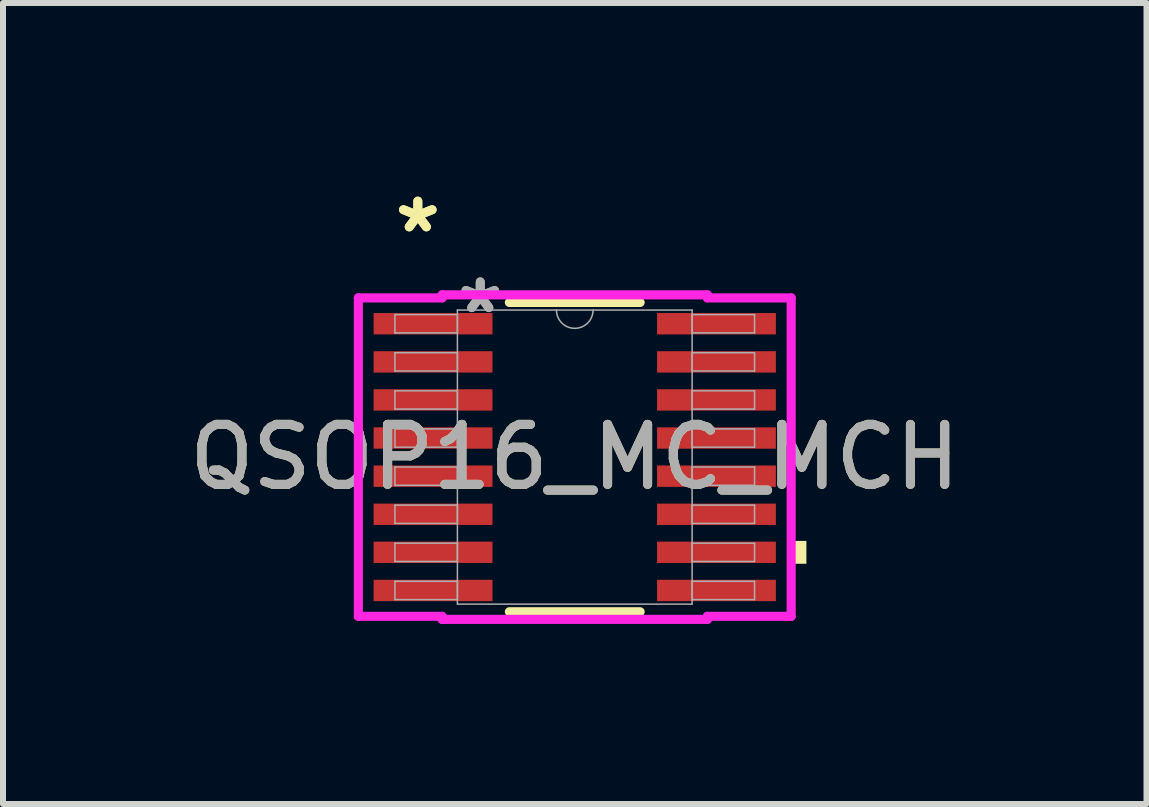
<source format=kicad_pcb>
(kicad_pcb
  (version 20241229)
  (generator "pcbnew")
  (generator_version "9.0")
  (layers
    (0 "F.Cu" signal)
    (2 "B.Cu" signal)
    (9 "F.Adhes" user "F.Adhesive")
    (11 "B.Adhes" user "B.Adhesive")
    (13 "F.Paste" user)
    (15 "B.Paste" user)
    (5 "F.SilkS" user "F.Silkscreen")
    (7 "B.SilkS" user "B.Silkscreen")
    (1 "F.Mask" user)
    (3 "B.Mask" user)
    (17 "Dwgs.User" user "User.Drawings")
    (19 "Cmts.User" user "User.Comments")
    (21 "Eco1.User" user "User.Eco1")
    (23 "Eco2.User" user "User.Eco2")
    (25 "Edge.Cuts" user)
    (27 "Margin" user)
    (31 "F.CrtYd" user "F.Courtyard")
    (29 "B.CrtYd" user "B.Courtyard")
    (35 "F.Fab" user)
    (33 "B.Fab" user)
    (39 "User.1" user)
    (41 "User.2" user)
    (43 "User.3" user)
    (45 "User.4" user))
  (footprint "QSOP16_MC_MCH"
    (layer "F.Cu")
    (at 6.53 4.569)
    (property "Reference" "QSOP16_MC_MCH" (at 0 0 0) (unlocked yes) (layer "F.SilkS") (effects (font (size 1 1) (thickness 0.15))))
    (attr smd)
    (fp_line (start -1.09 2.578) (end 1.09 2.578) (stroke (width 0.152) (type solid)) (layer "F.SilkS"))
    (fp_line (start 1.09 -2.578) (end -1.09 -2.578) (stroke (width 0.152) (type solid)) (layer "F.SilkS"))
    (fp_poly (pts (xy 3.861 1.397) (xy 3.861 1.778) (xy 3.607 1.778) (xy 3.607 1.397)) (stroke (width 0) (type solid)) (fill yes) (layer "F.SilkS"))
    (fp_line (start -3.607 -2.654) (end -2.21 -2.654) (stroke (width 0.152) (type solid)) (layer "F.CrtYd"))
    (fp_line (start -3.607 2.654) (end -3.607 -2.654) (stroke (width 0.152) (type solid)) (layer "F.CrtYd"))
    (fp_line (start -3.607 2.654) (end -2.21 2.654) (stroke (width 0.152) (type solid)) (layer "F.CrtYd"))
    (fp_line (start -2.21 -2.705) (end 2.21 -2.705) (stroke (width 0.152) (type solid)) (layer "F.CrtYd"))
    (fp_line (start -2.21 -2.654) (end -2.21 -2.705) (stroke (width 0.152) (type solid)) (layer "F.CrtYd"))
    (fp_line (start -2.21 2.705) (end -2.21 2.654) (stroke (width 0.152) (type solid)) (layer "F.CrtYd"))
    (fp_line (start 2.21 -2.705) (end 2.21 -2.654) (stroke (width 0.152) (type solid)) (layer "F.CrtYd"))
    (fp_line (start 2.21 2.654) (end 2.21 2.705) (stroke (width 0.152) (type solid)) (layer "F.CrtYd"))
    (fp_line (start 2.21 2.705) (end -2.21 2.705) (stroke (width 0.152) (type solid)) (layer "F.CrtYd"))
    (fp_line (start 3.607 -2.654) (end 2.21 -2.654) (stroke (width 0.152) (type solid)) (layer "F.CrtYd"))
    (fp_line (start 3.607 -2.654) (end 3.607 2.654) (stroke (width 0.152) (type solid)) (layer "F.CrtYd"))
    (fp_line (start 3.607 2.654) (end 2.21 2.654) (stroke (width 0.152) (type solid)) (layer "F.CrtYd"))
    (fp_line (start -2.997 -2.375) (end -2.997 -2.07) (stroke (width 0.025) (type solid)) (layer "F.Fab"))
    (fp_line (start -2.997 -2.07) (end -1.956 -2.07) (stroke (width 0.025) (type solid)) (layer "F.Fab"))
    (fp_line (start -2.997 -1.74) (end -2.997 -1.435) (stroke (width 0.025) (type solid)) (layer "F.Fab"))
    (fp_line (start -2.997 -1.435) (end -1.956 -1.435) (stroke (width 0.025) (type solid)) (layer "F.Fab"))
    (fp_line (start -2.997 -1.105) (end -2.997 -0.8) (stroke (width 0.025) (type solid)) (layer "F.Fab"))
    (fp_line (start -2.997 -0.8) (end -1.956 -0.8) (stroke (width 0.025) (type solid)) (layer "F.Fab"))
    (fp_line (start -2.997 -0.47) (end -2.997 -0.165) (stroke (width 0.025) (type solid)) (layer "F.Fab"))
    (fp_line (start -2.997 -0.165) (end -1.956 -0.165) (stroke (width 0.025) (type solid)) (layer "F.Fab"))
    (fp_line (start -2.997 0.165) (end -2.997 0.47) (stroke (width 0.025) (type solid)) (layer "F.Fab"))
    (fp_line (start -2.997 0.47) (end -1.956 0.47) (stroke (width 0.025) (type solid)) (layer "F.Fab"))
    (fp_line (start -2.997 0.8) (end -2.997 1.105) (stroke (width 0.025) (type solid)) (layer "F.Fab"))
    (fp_line (start -2.997 1.105) (end -1.956 1.105) (stroke (width 0.025) (type solid)) (layer "F.Fab"))
    (fp_line (start -2.997 1.435) (end -2.997 1.74) (stroke (width 0.025) (type solid)) (layer "F.Fab"))
    (fp_line (start -2.997 1.74) (end -1.956 1.74) (stroke (width 0.025) (type solid)) (layer "F.Fab"))
    (fp_line (start -2.997 2.07) (end -2.997 2.375) (stroke (width 0.025) (type solid)) (layer "F.Fab"))
    (fp_line (start -2.997 2.375) (end -1.956 2.375) (stroke (width 0.025) (type solid)) (layer "F.Fab"))
    (fp_line (start -1.956 -2.451) (end -1.956 2.451) (stroke (width 0.025) (type solid)) (layer "F.Fab"))
    (fp_line (start -1.956 -2.375) (end -2.997 -2.375) (stroke (width 0.025) (type solid)) (layer "F.Fab"))
    (fp_line (start -1.956 -2.07) (end -1.956 -2.375) (stroke (width 0.025) (type solid)) (layer "F.Fab"))
    (fp_line (start -1.956 -1.74) (end -2.997 -1.74) (stroke (width 0.025) (type solid)) (layer "F.Fab"))
    (fp_line (start -1.956 -1.435) (end -1.956 -1.74) (stroke (width 0.025) (type solid)) (layer "F.Fab"))
    (fp_line (start -1.956 -1.105) (end -2.997 -1.105) (stroke (width 0.025) (type solid)) (layer "F.Fab"))
    (fp_line (start -1.956 -0.8) (end -1.956 -1.105) (stroke (width 0.025) (type solid)) (layer "F.Fab"))
    (fp_line (start -1.956 -0.47) (end -2.997 -0.47) (stroke (width 0.025) (type solid)) (layer "F.Fab"))
    (fp_line (start -1.956 -0.165) (end -1.956 -0.47) (stroke (width 0.025) (type solid)) (layer "F.Fab"))
    (fp_line (start -1.956 0.165) (end -2.997 0.165) (stroke (width 0.025) (type solid)) (layer "F.Fab"))
    (fp_line (start -1.956 0.47) (end -1.956 0.165) (stroke (width 0.025) (type solid)) (layer "F.Fab"))
    (fp_line (start -1.956 0.8) (end -2.997 0.8) (stroke (width 0.025) (type solid)) (layer "F.Fab"))
    (fp_line (start -1.956 1.105) (end -1.956 0.8) (stroke (width 0.025) (type solid)) (layer "F.Fab"))
    (fp_line (start -1.956 1.435) (end -2.997 1.435) (stroke (width 0.025) (type solid)) (layer "F.Fab"))
    (fp_line (start -1.956 1.74) (end -1.956 1.435) (stroke (width 0.025) (type solid)) (layer "F.Fab"))
    (fp_line (start -1.956 2.07) (end -2.997 2.07) (stroke (width 0.025) (type solid)) (layer "F.Fab"))
    (fp_line (start -1.956 2.375) (end -1.956 2.07) (stroke (width 0.025) (type solid)) (layer "F.Fab"))
    (fp_line (start -1.956 2.451) (end 1.956 2.451) (stroke (width 0.025) (type solid)) (layer "F.Fab"))
    (fp_line (start 1.956 -2.451) (end -1.956 -2.451) (stroke (width 0.025) (type solid)) (layer "F.Fab"))
    (fp_line (start 1.956 -2.375) (end 1.956 -2.07) (stroke (width 0.025) (type solid)) (layer "F.Fab"))
    (fp_line (start 1.956 -2.07) (end 2.997 -2.07) (stroke (width 0.025) (type solid)) (layer "F.Fab"))
    (fp_line (start 1.956 -1.74) (end 1.956 -1.435) (stroke (width 0.025) (type solid)) (layer "F.Fab"))
    (fp_line (start 1.956 -1.435) (end 2.997 -1.435) (stroke (width 0.025) (type solid)) (layer "F.Fab"))
    (fp_line (start 1.956 -1.105) (end 1.956 -0.8) (stroke (width 0.025) (type solid)) (layer "F.Fab"))
    (fp_line (start 1.956 -0.8) (end 2.997 -0.8) (stroke (width 0.025) (type solid)) (layer "F.Fab"))
    (fp_line (start 1.956 -0.47) (end 1.956 -0.165) (stroke (width 0.025) (type solid)) (layer "F.Fab"))
    (fp_line (start 1.956 -0.165) (end 2.997 -0.165) (stroke (width 0.025) (type solid)) (layer "F.Fab"))
    (fp_line (start 1.956 0.165) (end 1.956 0.47) (stroke (width 0.025) (type solid)) (layer "F.Fab"))
    (fp_line (start 1.956 0.47) (end 2.997 0.47) (stroke (width 0.025) (type solid)) (layer "F.Fab"))
    (fp_line (start 1.956 0.8) (end 1.956 1.105) (stroke (width 0.025) (type solid)) (layer "F.Fab"))
    (fp_line (start 1.956 1.105) (end 2.997 1.105) (stroke (width 0.025) (type solid)) (layer "F.Fab"))
    (fp_line (start 1.956 1.435) (end 1.956 1.74) (stroke (width 0.025) (type solid)) (layer "F.Fab"))
    (fp_line (start 1.956 1.74) (end 2.997 1.74) (stroke (width 0.025) (type solid)) (layer "F.Fab"))
    (fp_line (start 1.956 2.07) (end 1.956 2.375) (stroke (width 0.025) (type solid)) (layer "F.Fab"))
    (fp_line (start 1.956 2.375) (end 2.997 2.375) (stroke (width 0.025) (type solid)) (layer "F.Fab"))
    (fp_line (start 1.956 2.451) (end 1.956 -2.451) (stroke (width 0.025) (type solid)) (layer "F.Fab"))
    (fp_line (start 2.997 -2.375) (end 1.956 -2.375) (stroke (width 0.025) (type solid)) (layer "F.Fab"))
    (fp_line (start 2.997 -2.07) (end 2.997 -2.375) (stroke (width 0.025) (type solid)) (layer "F.Fab"))
    (fp_line (start 2.997 -1.74) (end 1.956 -1.74) (stroke (width 0.025) (type solid)) (layer "F.Fab"))
    (fp_line (start 2.997 -1.435) (end 2.997 -1.74) (stroke (width 0.025) (type solid)) (layer "F.Fab"))
    (fp_line (start 2.997 -1.105) (end 1.956 -1.105) (stroke (width 0.025) (type solid)) (layer "F.Fab"))
    (fp_line (start 2.997 -0.8) (end 2.997 -1.105) (stroke (width 0.025) (type solid)) (layer "F.Fab"))
    (fp_line (start 2.997 -0.47) (end 1.956 -0.47) (stroke (width 0.025) (type solid)) (layer "F.Fab"))
    (fp_line (start 2.997 -0.165) (end 2.997 -0.47) (stroke (width 0.025) (type solid)) (layer "F.Fab"))
    (fp_line (start 2.997 0.165) (end 1.956 0.165) (stroke (width 0.025) (type solid)) (layer "F.Fab"))
    (fp_line (start 2.997 0.47) (end 2.997 0.165) (stroke (width 0.025) (type solid)) (layer "F.Fab"))
    (fp_line (start 2.997 0.8) (end 1.956 0.8) (stroke (width 0.025) (type solid)) (layer "F.Fab"))
    (fp_line (start 2.997 1.105) (end 2.997 0.8) (stroke (width 0.025) (type solid)) (layer "F.Fab"))
    (fp_line (start 2.997 1.435) (end 1.956 1.435) (stroke (width 0.025) (type solid)) (layer "F.Fab"))
    (fp_line (start 2.997 1.74) (end 2.997 1.435) (stroke (width 0.025) (type solid)) (layer "F.Fab"))
    (fp_line (start 2.997 2.07) (end 1.956 2.07) (stroke (width 0.025) (type solid)) (layer "F.Fab"))
    (fp_line (start 2.997 2.375) (end 2.997 2.07) (stroke (width 0.025) (type solid)) (layer "F.Fab"))
    (fp_arc (start 0.3048 -2.4511) (mid 0 -2.1463) (end -0.3048 -2.4511) (stroke (width 0.0254) (type solid)) (layer "F.Fab"))
    (fp_text user "*" (at -2.616 -3.721 0) (unlocked yes) (layer "F.SilkS") (effects (font (size 1 1) (thickness 0.15))))
    (fp_text user "*" (at -2.616 -3.721 0) (layer "F.SilkS") (effects (font (size 1 1) (thickness 0.15))))
    (fp_text user "*" (at -1.575 -2.375 0) (layer "F.Fab") (effects (font (size 1 1) (thickness 0.15))))
    (fp_text user "*" (at -1.575 -2.375 0) (unlocked yes) (layer "F.Fab") (effects (font (size 1 1) (thickness 0.15))))
    (fp_text user "${REFERENCE}" (at 0 0 0) (unlocked yes) (layer "F.Fab") (effects (font (size 1 1) (thickness 0.15))))
    (pad "1" smd rect (at -2.362 -2.223) (size 1.981 0.356) (layers "F.Cu" "F.Mask" "F.Paste"))
    (pad "2" smd rect (at -2.362 -1.587) (size 1.981 0.356) (layers "F.Cu" "F.Mask" "F.Paste"))
    (pad "3" smd rect (at -2.362 -0.953) (size 1.981 0.356) (layers "F.Cu" "F.Mask" "F.Paste"))
    (pad "4" smd rect (at -2.362 -0.318) (size 1.981 0.356) (layers "F.Cu" "F.Mask" "F.Paste"))
    (pad "5" smd rect (at -2.362 0.318) (size 1.981 0.356) (layers "F.Cu" "F.Mask" "F.Paste"))
    (pad "6" smd rect (at -2.362 0.953) (size 1.981 0.356) (layers "F.Cu" "F.Mask" "F.Paste"))
    (pad "7" smd rect (at -2.362 1.587) (size 1.981 0.356) (layers "F.Cu" "F.Mask" "F.Paste"))
    (pad "8" smd rect (at -2.362 2.223) (size 1.981 0.356) (layers "F.Cu" "F.Mask" "F.Paste"))
    (pad "9" smd rect (at 2.362 2.223) (size 1.981 0.356) (layers "F.Cu" "F.Mask" "F.Paste"))
    (pad "10" smd rect (at 2.362 1.587) (size 1.981 0.356) (layers "F.Cu" "F.Mask" "F.Paste"))
    (pad "11" smd rect (at 2.362 0.953) (size 1.981 0.356) (layers "F.Cu" "F.Mask" "F.Paste"))
    (pad "12" smd rect (at 2.362 0.318) (size 1.981 0.356) (layers "F.Cu" "F.Mask" "F.Paste"))
    (pad "13" smd rect (at 2.362 -0.318) (size 1.981 0.356) (layers "F.Cu" "F.Mask" "F.Paste"))
    (pad "14" smd rect (at 2.362 -0.953) (size 1.981 0.356) (layers "F.Cu" "F.Mask" "F.Paste"))
    (pad "15" smd rect (at 2.362 -1.587) (size 1.981 0.356) (layers "F.Cu" "F.Mask" "F.Paste"))
    (pad "16" smd rect (at 2.362 -2.223) (size 1.981 0.356) (layers "F.Cu" "F.Mask" "F.Paste")))
  (gr_rect
    (start -3 -3)
    (end 16.06 10.351)
    (stroke (width 0.1) (type default))
    (fill no)
    (layer "Edge.Cuts")))
</source>
